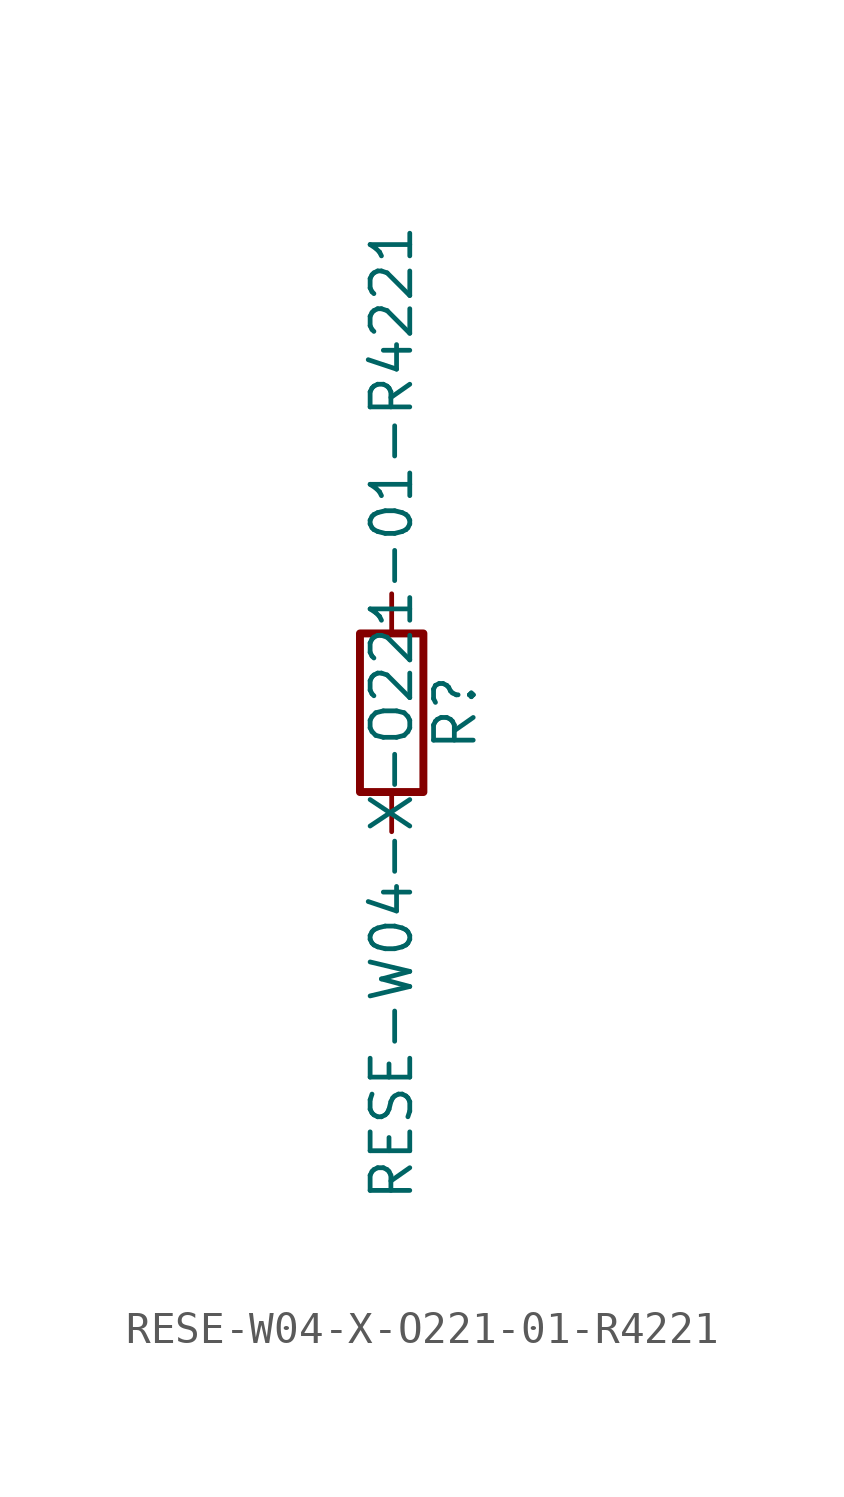
<source format=kicad_sym>
(kicad_symbol_lib
  (version 20211014)
  (generator kicad_symbol_editor)
  (symbol "RESE-W04-X-O221-01-R4221"
    (pin_numbers hide)
    (pin_names
      (offset 0))
    (property "Reference" "R"
      (at 2.032 0 90)
      (effects (font (size 1.27 1.27))))
    (property "Value" "RESE-W04-X-O221-01-R4221"
      (at 0 0 90)
      (effects (font (size 1.27 1.27))))
    (symbol "RESE-W04-X-O221-01-R4221_0_1"
      (rectangle (start -1.016 -2.54) (end 1.016 2.54) (stroke (width 0.254) (type default) (color 0 0 0 0)) (fill (type none))))
    (symbol "RESE-W04-X-O221-01-R4221_1_1"
      (pin passive line (at 0 3.81 270) (length 1.27) (name "~" (effects (font (size 1.27 1.27)))) (number "1" (effects (font (size 1.27 1.27)))))
      (pin passive line (at 0 -3.81 90) (length 1.27) (name "~" (effects (font (size 1.27 1.27)))) (number "2" (effects (font (size 1.27 1.27))))))))
</source>
